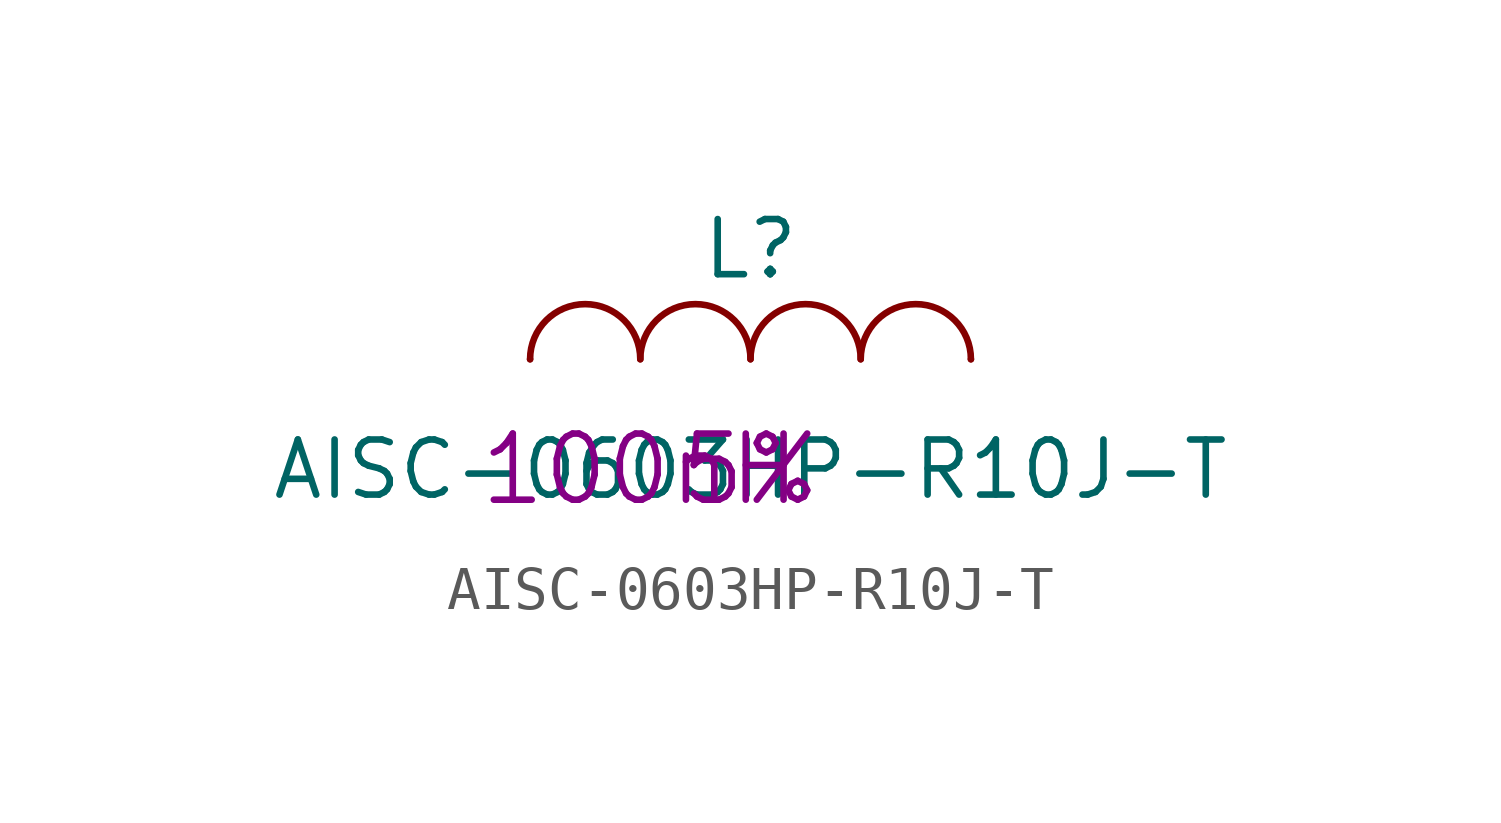
<source format=kicad_sym>
(kicad_symbol_lib
  (version 20220914)
  (generator kicad_symbol_editor)
  (symbol "AISC-0603HP-R10J-T"
    (pin_numbers hide)
    (pin_names
      (offset 0) hide)
    (property "Reference" "L"
      (at 0 2.54 0)
      (effects (font (size 1.27 1.27))))
    (property "Value" "AISC-0603HP-R10J-T"
      (at 0 -2.54 0)
      (effects (font (size 1.27 1.27))))
    (property "Value2" "100nH"
      (at -2.54 -2.54 0)
      (effects (font (size 1.524 1.524))))
    (property "Tolerance" "5%"
      (at 0 -2.54 0)
      (effects (font (size 1.524 1.524))))
    (symbol "AISC-0603HP-R10J-T_0_1"
      (arc (start -2.54 0) (mid -3.81 1.2645) (end -5.08 0) (stroke (width 0) (type solid)) (fill (type none)))
      (arc (start 0 0) (mid -1.27 1.2645) (end -2.54 0) (stroke (width 0) (type solid)) (fill (type none)))
      (arc (start 2.54 0) (mid 1.27 1.2645) (end 0 0) (stroke (width 0) (type solid)) (fill (type none)))
      (arc (start 5.08 0) (mid 3.81 1.2645) (end 2.54 0) (stroke (width 0) (type solid)) (fill (type none))))
    (symbol "AISC-0603HP-R10J-T_1_1"
      (pin passive line (at -5.08 0 0) (length 0) (name "1" (effects (font (size 0.762 0.762)))) (number "1" (effects (font (size 0.762 0.762)))))
      (pin passive line (at 5.08 0 180) (length 0) (name "2" (effects (font (size 0.762 0.762)))) (number "2" (effects (font (size 0.762 0.762))))))))
</source>
